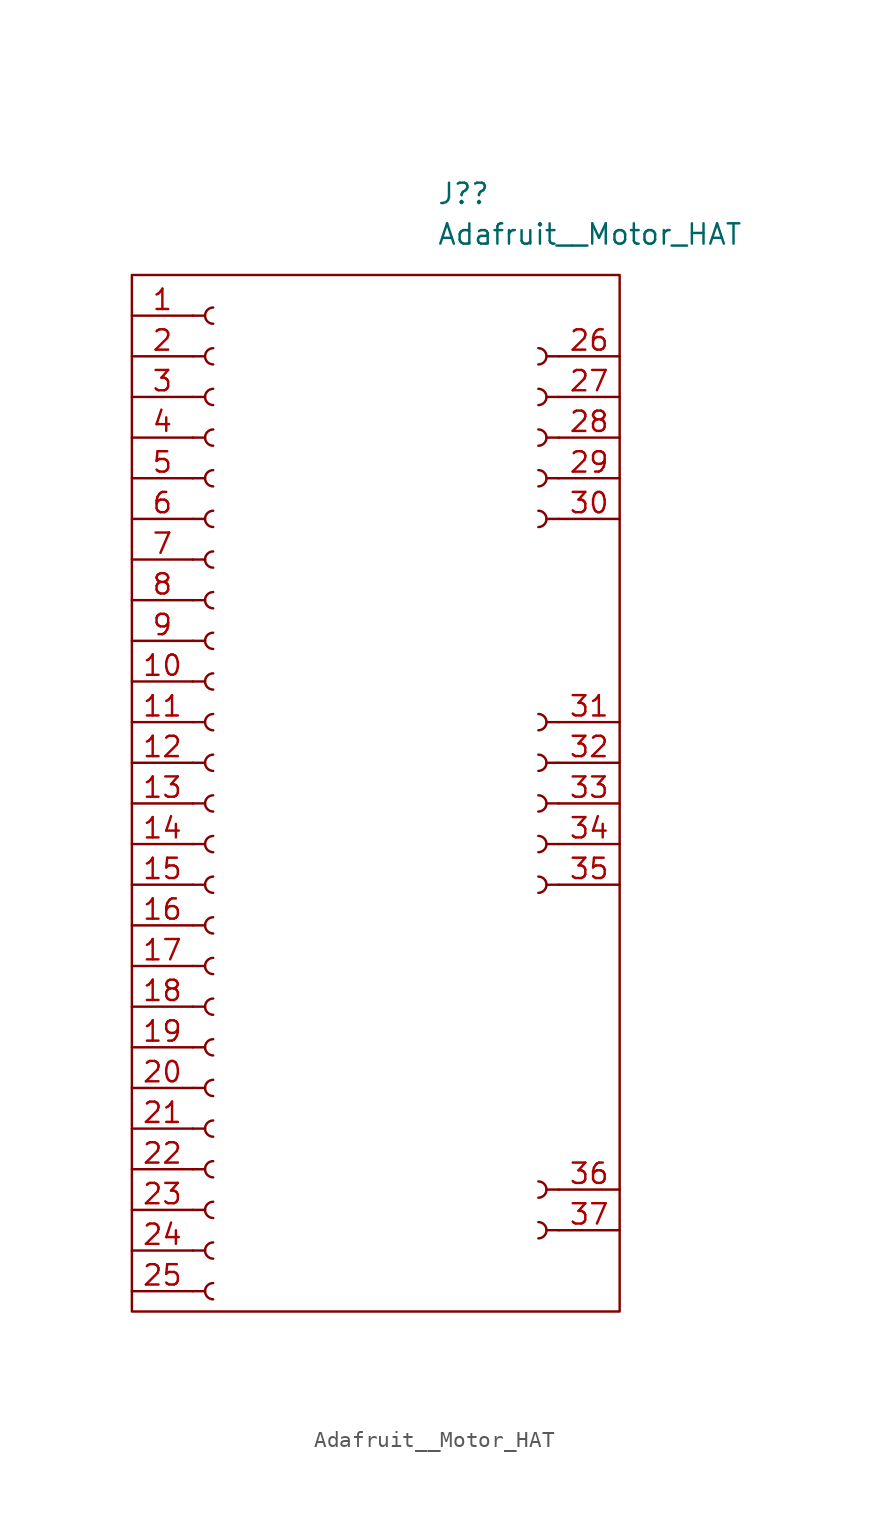
<source format=kicad_sym>
(kicad_symbol_lib
  (version 20211014)
  (generator kicad_symbol_editor)
  (symbol "Adafruit__Motor_HAT"
    (pin_names
      (offset 1.016) hide)
    (property "Reference" "J?"
      (at 13.97 38.1 0)
      (effects (font (size 1.27 1.27)) (justify left)))
    (property "Value" "Adafruit__Motor_HAT"
      (at 13.97 35.56 0)
      (effects (font (size 1.27 1.27)) (justify left)))
    (symbol "Adafruit__Motor_HAT_0_1"
      (rectangle (start -5.08 33.02) (end 25.4 -31.75) (stroke (width 0) (type default) (color 0 0 0 0)) (fill (type none))))
    (symbol "Adafruit__Motor_HAT_1_1"
      (arc (start 0 -29.972) (mid -0.508 -30.48) (end 0 -30.988) (stroke (width 0.1524) (type default) (color 0 0 0 0)) (fill (type none)))
      (arc (start 0 -27.432) (mid -0.508 -27.94) (end 0 -28.448) (stroke (width 0.1524) (type default) (color 0 0 0 0)) (fill (type none)))
      (arc (start 0 -24.892) (mid -0.508 -25.4) (end 0 -25.908) (stroke (width 0.1524) (type default) (color 0 0 0 0)) (fill (type none)))
      (arc (start 0 -22.352) (mid -0.508 -22.86) (end 0 -23.368) (stroke (width 0.1524) (type default) (color 0 0 0 0)) (fill (type none)))
      (arc (start 0 -19.812) (mid -0.508 -20.32) (end 0 -20.828) (stroke (width 0.1524) (type default) (color 0 0 0 0)) (fill (type none)))
      (arc (start 0 -17.272) (mid -0.508 -17.78) (end 0 -18.288) (stroke (width 0.1524) (type default) (color 0 0 0 0)) (fill (type none)))
      (arc (start 0 -14.732) (mid -0.508 -15.24) (end 0 -15.748) (stroke (width 0.1524) (type default) (color 0 0 0 0)) (fill (type none)))
      (arc (start 0 -12.192) (mid -0.508 -12.7) (end 0 -13.208) (stroke (width 0.1524) (type default) (color 0 0 0 0)) (fill (type none)))
      (arc (start 0 -9.652) (mid -0.508 -10.16) (end 0 -10.668) (stroke (width 0.1524) (type default) (color 0 0 0 0)) (fill (type none)))
      (arc (start 0 -7.112) (mid -0.508 -7.62) (end 0 -8.128) (stroke (width 0.1524) (type default) (color 0 0 0 0)) (fill (type none)))
      (arc (start 0 -4.572) (mid -0.508 -5.08) (end 0 -5.588) (stroke (width 0.1524) (type default) (color 0 0 0 0)) (fill (type none)))
      (arc (start 0 -2.032) (mid -0.508 -2.54) (end 0 -3.048) (stroke (width 0.1524) (type default) (color 0 0 0 0)) (fill (type none)))
      (polyline (pts (xy -1.27 -30.48) (xy -0.508 -30.48)) (stroke (width 0.152) (type default) (color 0 0 0 0)) (fill (type none)))
      (polyline (pts (xy -1.27 -27.94) (xy -0.508 -27.94)) (stroke (width 0.152) (type default) (color 0 0 0 0)) (fill (type none)))
      (polyline (pts (xy -1.27 -25.4) (xy -0.508 -25.4)) (stroke (width 0.152) (type default) (color 0 0 0 0)) (fill (type none)))
      (polyline (pts (xy -1.27 -22.86) (xy -0.508 -22.86)) (stroke (width 0.152) (type default) (color 0 0 0 0)) (fill (type none)))
      (polyline (pts (xy -1.27 -20.32) (xy -0.508 -20.32)) (stroke (width 0.152) (type default) (color 0 0 0 0)) (fill (type none)))
      (polyline (pts (xy -1.27 -17.78) (xy -0.508 -17.78)) (stroke (width 0.152) (type default) (color 0 0 0 0)) (fill (type none)))
      (polyline (pts (xy -1.27 -15.24) (xy -0.508 -15.24)) (stroke (width 0.152) (type default) (color 0 0 0 0)) (fill (type none)))
      (polyline (pts (xy -1.27 -12.7) (xy -0.508 -12.7)) (stroke (width 0.152) (type default) (color 0 0 0 0)) (fill (type none)))
      (polyline (pts (xy -1.27 -10.16) (xy -0.508 -10.16)) (stroke (width 0.152) (type default) (color 0 0 0 0)) (fill (type none)))
      (polyline (pts (xy -1.27 -7.62) (xy -0.508 -7.62)) (stroke (width 0.152) (type default) (color 0 0 0 0)) (fill (type none)))
      (polyline (pts (xy -1.27 -5.08) (xy -0.508 -5.08)) (stroke (width 0.152) (type default) (color 0 0 0 0)) (fill (type none)))
      (polyline (pts (xy -1.27 -2.54) (xy -0.508 -2.54)) (stroke (width 0.152) (type default) (color 0 0 0 0)) (fill (type none)))
      (polyline (pts (xy -1.27 0) (xy -0.508 0)) (stroke (width 0.152) (type default) (color 0 0 0 0)) (fill (type none)))
      (polyline (pts (xy -1.27 2.54) (xy -0.508 2.54)) (stroke (width 0.152) (type default) (color 0 0 0 0)) (fill (type none)))
      (polyline (pts (xy -1.27 5.08) (xy -0.508 5.08)) (stroke (width 0.152) (type default) (color 0 0 0 0)) (fill (type none)))
      (polyline (pts (xy -1.27 7.62) (xy -0.508 7.62)) (stroke (width 0.152) (type default) (color 0 0 0 0)) (fill (type none)))
      (polyline (pts (xy -1.27 10.16) (xy -0.508 10.16)) (stroke (width 0.152) (type default) (color 0 0 0 0)) (fill (type none)))
      (polyline (pts (xy -1.27 12.7) (xy -0.508 12.7)) (stroke (width 0.152) (type default) (color 0 0 0 0)) (fill (type none)))
      (polyline (pts (xy -1.27 15.24) (xy -0.508 15.24)) (stroke (width 0.152) (type default) (color 0 0 0 0)) (fill (type none)))
      (polyline (pts (xy -1.27 17.78) (xy -0.508 17.78)) (stroke (width 0.152) (type default) (color 0 0 0 0)) (fill (type none)))
      (polyline (pts (xy -1.27 20.32) (xy -0.508 20.32)) (stroke (width 0.152) (type default) (color 0 0 0 0)) (fill (type none)))
      (polyline (pts (xy -1.27 22.86) (xy -0.508 22.86)) (stroke (width 0.152) (type default) (color 0 0 0 0)) (fill (type none)))
      (polyline (pts (xy -1.27 25.4) (xy -0.508 25.4)) (stroke (width 0.152) (type default) (color 0 0 0 0)) (fill (type none)))
      (polyline (pts (xy -1.27 27.94) (xy -0.508 27.94)) (stroke (width 0.152) (type default) (color 0 0 0 0)) (fill (type none)))
      (polyline (pts (xy -1.27 30.48) (xy -0.508 30.48)) (stroke (width 0.152) (type default) (color 0 0 0 0)) (fill (type none)))
      (polyline (pts (xy 21.59 -26.67) (xy 20.828 -26.67)) (stroke (width 0.152) (type default) (color 0 0 0 0)) (fill (type none)))
      (polyline (pts (xy 21.59 -24.13) (xy 20.828 -24.13)) (stroke (width 0.152) (type default) (color 0 0 0 0)) (fill (type none)))
      (polyline (pts (xy 21.59 -5.08) (xy 20.828 -5.08)) (stroke (width 0.152) (type default) (color 0 0 0 0)) (fill (type none)))
      (polyline (pts (xy 21.59 -2.54) (xy 20.828 -2.54)) (stroke (width 0.152) (type default) (color 0 0 0 0)) (fill (type none)))
      (polyline (pts (xy 21.59 0) (xy 20.828 0)) (stroke (width 0.152) (type default) (color 0 0 0 0)) (fill (type none)))
      (polyline (pts (xy 21.59 2.54) (xy 20.828 2.54)) (stroke (width 0.152) (type default) (color 0 0 0 0)) (fill (type none)))
      (polyline (pts (xy 21.59 5.08) (xy 20.828 5.08)) (stroke (width 0.152) (type default) (color 0 0 0 0)) (fill (type none)))
      (polyline (pts (xy 21.59 17.78) (xy 20.828 17.78)) (stroke (width 0.152) (type default) (color 0 0 0 0)) (fill (type none)))
      (polyline (pts (xy 21.59 20.32) (xy 20.828 20.32)) (stroke (width 0.152) (type default) (color 0 0 0 0)) (fill (type none)))
      (polyline (pts (xy 21.59 22.86) (xy 20.828 22.86)) (stroke (width 0.152) (type default) (color 0 0 0 0)) (fill (type none)))
      (polyline (pts (xy 21.59 25.4) (xy 20.828 25.4)) (stroke (width 0.152) (type default) (color 0 0 0 0)) (fill (type none)))
      (polyline (pts (xy 21.59 27.94) (xy 20.828 27.94)) (stroke (width 0.152) (type default) (color 0 0 0 0)) (fill (type none)))
      (arc (start 0 0.508) (mid -0.508 0) (end 0 -0.508) (stroke (width 0.1524) (type default) (color 0 0 0 0)) (fill (type none)))
      (arc (start 0 3.048) (mid -0.508 2.54) (end 0 2.032) (stroke (width 0.1524) (type default) (color 0 0 0 0)) (fill (type none)))
      (arc (start 0 5.588) (mid -0.508 5.08) (end 0 4.572) (stroke (width 0.1524) (type default) (color 0 0 0 0)) (fill (type none)))
      (arc (start 0 8.128) (mid -0.508 7.62) (end 0 7.112) (stroke (width 0.1524) (type default) (color 0 0 0 0)) (fill (type none)))
      (arc (start 0 10.668) (mid -0.508 10.16) (end 0 9.652) (stroke (width 0.1524) (type default) (color 0 0 0 0)) (fill (type none)))
      (arc (start 0 13.208) (mid -0.508 12.7) (end 0 12.192) (stroke (width 0.1524) (type default) (color 0 0 0 0)) (fill (type none)))
      (arc (start 0 15.748) (mid -0.508 15.24) (end 0 14.732) (stroke (width 0.1524) (type default) (color 0 0 0 0)) (fill (type none)))
      (arc (start 0 18.288) (mid -0.508 17.78) (end 0 17.272) (stroke (width 0.1524) (type default) (color 0 0 0 0)) (fill (type none)))
      (arc (start 0 20.828) (mid -0.508 20.32) (end 0 19.812) (stroke (width 0.1524) (type default) (color 0 0 0 0)) (fill (type none)))
      (arc (start 0 23.368) (mid -0.508 22.86) (end 0 22.352) (stroke (width 0.1524) (type default) (color 0 0 0 0)) (fill (type none)))
      (arc (start 0 25.908) (mid -0.508 25.4) (end 0 24.892) (stroke (width 0.1524) (type default) (color 0 0 0 0)) (fill (type none)))
      (arc (start 0 28.448) (mid -0.508 27.94) (end 0 27.432) (stroke (width 0.1524) (type default) (color 0 0 0 0)) (fill (type none)))
      (arc (start 0 30.988) (mid -0.508 30.48) (end 0 29.972) (stroke (width 0.1524) (type default) (color 0 0 0 0)) (fill (type none)))
      (arc (start 20.32 -27.178) (mid 20.828 -26.67) (end 20.32 -26.162) (stroke (width 0.1524) (type default) (color 0 0 0 0)) (fill (type none)))
      (arc (start 20.32 -24.638) (mid 20.828 -24.13) (end 20.32 -23.622) (stroke (width 0.1524) (type default) (color 0 0 0 0)) (fill (type none)))
      (arc (start 20.32 -5.588) (mid 20.828 -5.08) (end 20.32 -4.572) (stroke (width 0.1524) (type default) (color 0 0 0 0)) (fill (type none)))
      (arc (start 20.32 -3.048) (mid 20.828 -2.54) (end 20.32 -2.032) (stroke (width 0.1524) (type default) (color 0 0 0 0)) (fill (type none)))
      (arc (start 20.32 -0.508) (mid 20.828 0) (end 20.32 0.508) (stroke (width 0.1524) (type default) (color 0 0 0 0)) (fill (type none)))
      (arc (start 20.32 2.032) (mid 20.828 2.54) (end 20.32 3.048) (stroke (width 0.1524) (type default) (color 0 0 0 0)) (fill (type none)))
      (arc (start 20.32 4.572) (mid 20.828 5.08) (end 20.32 5.588) (stroke (width 0.1524) (type default) (color 0 0 0 0)) (fill (type none)))
      (arc (start 20.32 17.272) (mid 20.828 17.78) (end 20.32 18.288) (stroke (width 0.1524) (type default) (color 0 0 0 0)) (fill (type none)))
      (arc (start 20.32 19.812) (mid 20.828 20.32) (end 20.32 20.828) (stroke (width 0.1524) (type default) (color 0 0 0 0)) (fill (type none)))
      (arc (start 20.32 22.352) (mid 20.828 22.86) (end 20.32 23.368) (stroke (width 0.1524) (type default) (color 0 0 0 0)) (fill (type none)))
      (arc (start 20.32 24.892) (mid 20.828 25.4) (end 20.32 25.908) (stroke (width 0.1524) (type default) (color 0 0 0 0)) (fill (type none)))
      (arc (start 20.32 27.432) (mid 20.828 27.94) (end 20.32 28.448) (stroke (width 0.1524) (type default) (color 0 0 0 0)) (fill (type none)))
      (pin passive line (at -5.08 30.48 0) (length 3.81) (name "SDA" (effects (font (size 1.27 1.27)))) (number "1" (effects (font (size 1.27 1.27)))))
      (pin passive line (at -5.08 7.62 0) (length 3.81) (name "GPIO23" (effects (font (size 1.27 1.27)))) (number "10" (effects (font (size 1.27 1.27)))))
      (pin passive line (at -5.08 5.08 0) (length 3.81) (name "GPIO24" (effects (font (size 1.27 1.27)))) (number "11" (effects (font (size 1.27 1.27)))))
      (pin passive line (at -5.08 2.54 0) (length 3.81) (name "GPIO25" (effects (font (size 1.27 1.27)))) (number "12" (effects (font (size 1.27 1.27)))))
      (pin passive line (at -5.08 0 0) (length 3.81) (name "MOSI" (effects (font (size 1.27 1.27)))) (number "13" (effects (font (size 1.27 1.27)))))
      (pin passive line (at -5.08 -2.54 0) (length 3.81) (name "MISO" (effects (font (size 1.27 1.27)))) (number "14" (effects (font (size 1.27 1.27)))))
      (pin passive line (at -5.08 -5.08 0) (length 3.81) (name "CLK" (effects (font (size 1.27 1.27)))) (number "15" (effects (font (size 1.27 1.27)))))
      (pin passive line (at -5.08 -7.62 0) (length 3.81) (name "CE0" (effects (font (size 1.27 1.27)))) (number "16" (effects (font (size 1.27 1.27)))))
      (pin passive line (at -5.08 -10.16 0) (length 3.81) (name "CE1" (effects (font (size 1.27 1.27)))) (number "17" (effects (font (size 1.27 1.27)))))
      (pin passive line (at -5.08 -12.7 0) (length 3.81) (name "GPIO5" (effects (font (size 1.27 1.27)))) (number "18" (effects (font (size 1.27 1.27)))))
      (pin passive line (at -5.08 -15.24 0) (length 3.81) (name "GPIO6" (effects (font (size 1.27 1.27)))) (number "19" (effects (font (size 1.27 1.27)))))
      (pin passive line (at -5.08 27.94 0) (length 3.81) (name "SCL" (effects (font (size 1.27 1.27)))) (number "2" (effects (font (size 1.27 1.27)))))
      (pin passive line (at -5.08 -17.78 0) (length 3.81) (name "GPIO12" (effects (font (size 1.27 1.27)))) (number "20" (effects (font (size 1.27 1.27)))))
      (pin passive line (at -5.08 -20.32 0) (length 3.81) (name "GPIO13" (effects (font (size 1.27 1.27)))) (number "21" (effects (font (size 1.27 1.27)))))
      (pin passive line (at -5.08 -22.86 0) (length 3.81) (name "GPIO16" (effects (font (size 1.27 1.27)))) (number "22" (effects (font (size 1.27 1.27)))))
      (pin passive line (at -5.08 -25.4 0) (length 3.81) (name "GPIO19" (effects (font (size 1.27 1.27)))) (number "23" (effects (font (size 1.27 1.27)))))
      (pin passive line (at -5.08 -27.94 0) (length 3.81) (name "GPIO20" (effects (font (size 1.27 1.27)))) (number "24" (effects (font (size 1.27 1.27)))))
      (pin passive line (at -5.08 -30.48 0) (length 3.81) (name "GPIO21" (effects (font (size 1.27 1.27)))) (number "25" (effects (font (size 1.27 1.27)))))
      (pin passive line (at 25.4 27.94 180) (length 3.81) (name "M1" (effects (font (size 1.27 1.27)))) (number "26" (effects (font (size 1.27 1.27)))))
      (pin passive line (at 25.4 25.4 180) (length 3.81) (name "M1" (effects (font (size 1.27 1.27)))) (number "27" (effects (font (size 1.27 1.27)))))
      (pin passive line (at 25.4 22.86 180) (length 3.81) (name "GND" (effects (font (size 1.27 1.27)))) (number "28" (effects (font (size 1.27 1.27)))))
      (pin passive line (at 25.4 20.32 180) (length 3.81) (name "M2" (effects (font (size 1.27 1.27)))) (number "29" (effects (font (size 1.27 1.27)))))
      (pin passive line (at -5.08 25.4 0) (length 3.81) (name "TXD" (effects (font (size 1.27 1.27)))) (number "3" (effects (font (size 1.27 1.27)))))
      (pin passive line (at 25.4 17.78 180) (length 3.81) (name "M2" (effects (font (size 1.27 1.27)))) (number "30" (effects (font (size 1.27 1.27)))))
      (pin passive line (at 25.4 5.08 180) (length 3.81) (name "M3" (effects (font (size 1.27 1.27)))) (number "31" (effects (font (size 1.27 1.27)))))
      (pin passive line (at 25.4 2.54 180) (length 3.81) (name "M3" (effects (font (size 1.27 1.27)))) (number "32" (effects (font (size 1.27 1.27)))))
      (pin passive line (at 25.4 0 180) (length 3.81) (name "GND" (effects (font (size 1.27 1.27)))) (number "33" (effects (font (size 1.27 1.27)))))
      (pin passive line (at 25.4 -2.54 180) (length 3.81) (name "M4" (effects (font (size 1.27 1.27)))) (number "34" (effects (font (size 1.27 1.27)))))
      (pin passive line (at 25.4 -5.08 180) (length 3.81) (name "M4" (effects (font (size 1.27 1.27)))) (number "35" (effects (font (size 1.27 1.27)))))
      (pin passive line (at 25.4 -24.13 180) (length 3.81) (name "+" (effects (font (size 1.27 1.27)))) (number "36" (effects (font (size 1.27 1.27)))))
      (pin passive line (at 25.4 -26.67 180) (length 3.81) (name "-" (effects (font (size 1.27 1.27)))) (number "37" (effects (font (size 1.27 1.27)))))
      (pin passive line (at -5.08 22.86 0) (length 3.81) (name "RXD" (effects (font (size 1.27 1.27)))) (number "4" (effects (font (size 1.27 1.27)))))
      (pin passive line (at -5.08 20.32 0) (length 3.81) (name "GPIO4" (effects (font (size 1.27 1.27)))) (number "5" (effects (font (size 1.27 1.27)))))
      (pin passive line (at -5.08 17.78 0) (length 3.81) (name "GPIO17" (effects (font (size 1.27 1.27)))) (number "6" (effects (font (size 1.27 1.27)))))
      (pin passive line (at -5.08 15.24 0) (length 3.81) (name "GPIO18" (effects (font (size 1.27 1.27)))) (number "7" (effects (font (size 1.27 1.27)))))
      (pin passive line (at -5.08 12.7 0) (length 3.81) (name "GPIO27" (effects (font (size 1.27 1.27)))) (number "8" (effects (font (size 1.27 1.27)))))
      (pin passive line (at -5.08 10.16 0) (length 3.81) (name "GPIO22" (effects (font (size 1.27 1.27)))) (number "9" (effects (font (size 1.27 1.27))))))))
</source>
